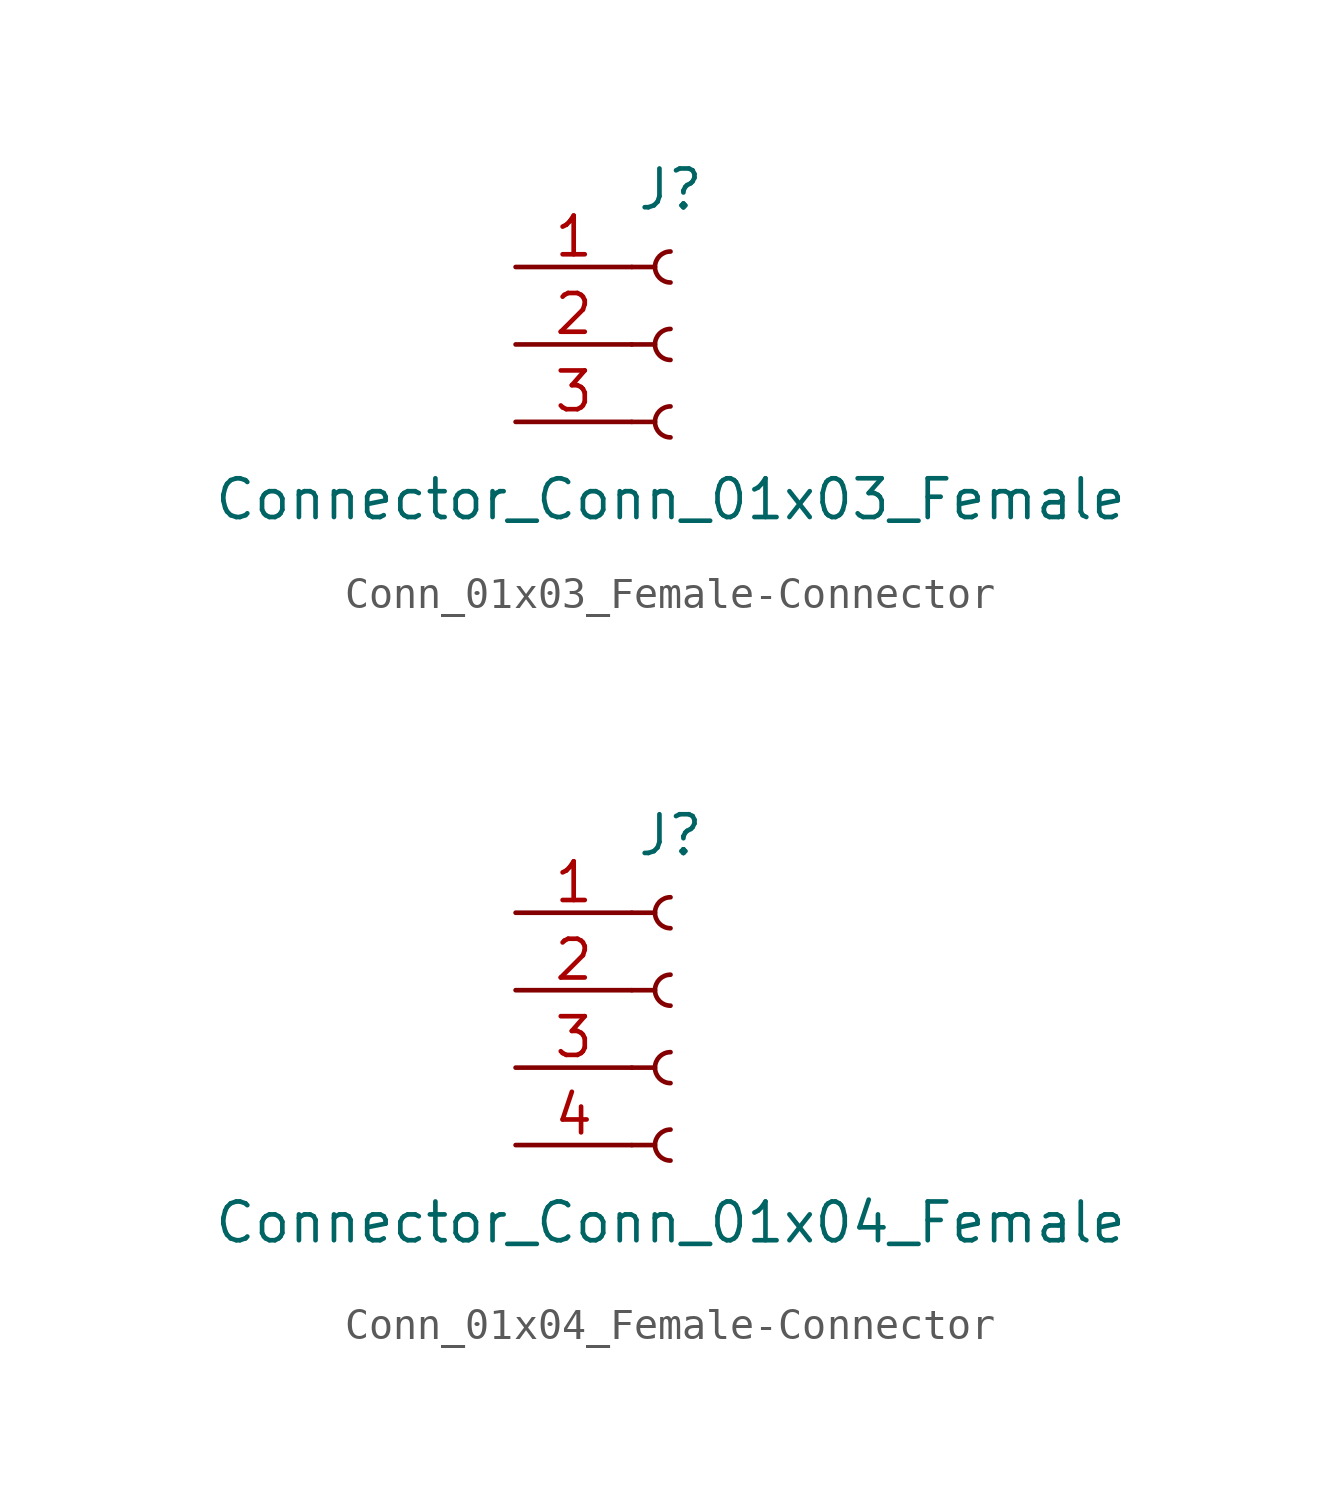
<source format=kicad_sym>
(kicad_symbol_lib
  (version 20220914)
  (generator kicad_symbol_editor)
  (symbol "Conn_01x03_Female-Connector"
    (pin_names
      (offset 1.016) hide)
    (property "Reference" "J"
      (at 0 5.08 0)
      (effects (font (size 1.27 1.27))))
    (property "Value" "Connector_Conn_01x03_Female"
      (at 0 -5.08 0)
      (effects (font (size 1.27 1.27))))
    (symbol "Conn_01x03_Female-Connector_1_1"
      (arc (start 0 -2.032) (mid -0.5058 -2.54) (end 0 -3.048) (stroke (width 0.1524) (type solid)) (fill (type none)))
      (polyline (pts (xy -1.27 -2.54) (xy -0.508 -2.54)) (stroke (width 0.152) (type solid)) (fill (type none)))
      (polyline (pts (xy -1.27 0) (xy -0.508 0)) (stroke (width 0.152) (type solid)) (fill (type none)))
      (polyline (pts (xy -1.27 2.54) (xy -0.508 2.54)) (stroke (width 0.152) (type solid)) (fill (type none)))
      (arc (start 0 0.508) (mid -0.5058 0) (end 0 -0.508) (stroke (width 0.1524) (type solid)) (fill (type none)))
      (arc (start 0 3.048) (mid -0.5058 2.54) (end 0 2.032) (stroke (width 0.1524) (type solid)) (fill (type none)))
      (pin passive line (at -5.08 2.54 0) (length 3.81) (name "Pin_1" (effects (font (size 1.27 1.27)))) (number "1" (effects (font (size 1.27 1.27)))))
      (pin passive line (at -5.08 0 0) (length 3.81) (name "Pin_2" (effects (font (size 1.27 1.27)))) (number "2" (effects (font (size 1.27 1.27)))))
      (pin passive line (at -5.08 -2.54 0) (length 3.81) (name "Pin_3" (effects (font (size 1.27 1.27)))) (number "3" (effects (font (size 1.27 1.27)))))))
  (symbol "Conn_01x04_Female-Connector"
    (pin_names
      (offset 1.016) hide)
    (property "Reference" "J"
      (at 0 5.08 0)
      (effects (font (size 1.27 1.27))))
    (property "Value" "Connector_Conn_01x04_Female"
      (at 0 -7.62 0)
      (effects (font (size 1.27 1.27))))
    (symbol "Conn_01x04_Female-Connector_1_1"
      (arc (start 0 -4.572) (mid -0.5058 -5.08) (end 0 -5.588) (stroke (width 0.1524) (type solid)) (fill (type none)))
      (arc (start 0 -2.032) (mid -0.5058 -2.54) (end 0 -3.048) (stroke (width 0.1524) (type solid)) (fill (type none)))
      (polyline (pts (xy -1.27 -5.08) (xy -0.508 -5.08)) (stroke (width 0.152) (type solid)) (fill (type none)))
      (polyline (pts (xy -1.27 -2.54) (xy -0.508 -2.54)) (stroke (width 0.152) (type solid)) (fill (type none)))
      (polyline (pts (xy -1.27 0) (xy -0.508 0)) (stroke (width 0.152) (type solid)) (fill (type none)))
      (polyline (pts (xy -1.27 2.54) (xy -0.508 2.54)) (stroke (width 0.152) (type solid)) (fill (type none)))
      (arc (start 0 0.508) (mid -0.5058 0) (end 0 -0.508) (stroke (width 0.1524) (type solid)) (fill (type none)))
      (arc (start 0 3.048) (mid -0.5058 2.54) (end 0 2.032) (stroke (width 0.1524) (type solid)) (fill (type none)))
      (pin passive line (at -5.08 2.54 0) (length 3.81) (name "Pin_1" (effects (font (size 1.27 1.27)))) (number "1" (effects (font (size 1.27 1.27)))))
      (pin passive line (at -5.08 0 0) (length 3.81) (name "Pin_2" (effects (font (size 1.27 1.27)))) (number "2" (effects (font (size 1.27 1.27)))))
      (pin passive line (at -5.08 -2.54 0) (length 3.81) (name "Pin_3" (effects (font (size 1.27 1.27)))) (number "3" (effects (font (size 1.27 1.27)))))
      (pin passive line (at -5.08 -5.08 0) (length 3.81) (name "Pin_4" (effects (font (size 1.27 1.27)))) (number "4" (effects (font (size 1.27 1.27))))))))
</source>
